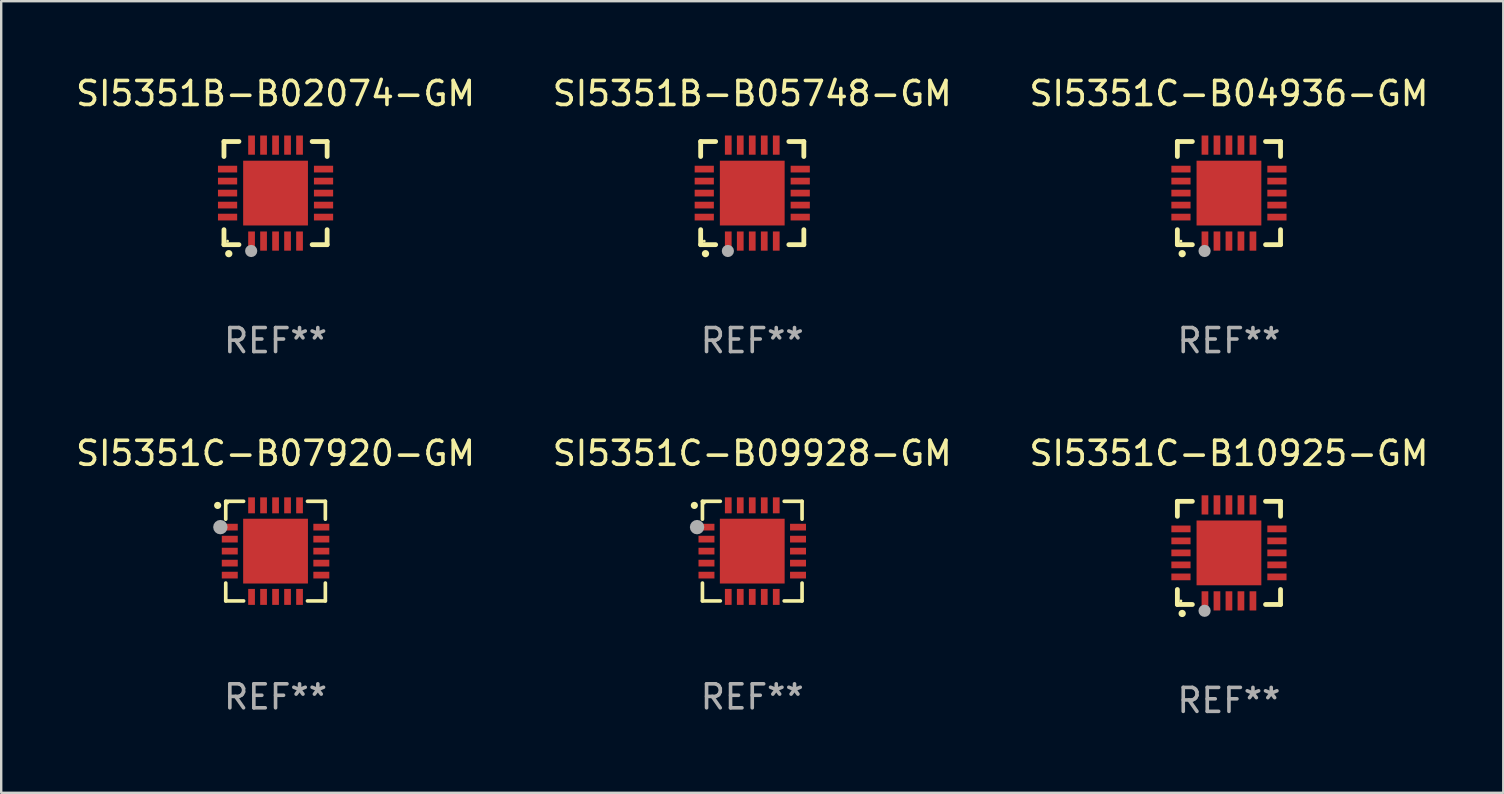
<source format=kicad_pcb>
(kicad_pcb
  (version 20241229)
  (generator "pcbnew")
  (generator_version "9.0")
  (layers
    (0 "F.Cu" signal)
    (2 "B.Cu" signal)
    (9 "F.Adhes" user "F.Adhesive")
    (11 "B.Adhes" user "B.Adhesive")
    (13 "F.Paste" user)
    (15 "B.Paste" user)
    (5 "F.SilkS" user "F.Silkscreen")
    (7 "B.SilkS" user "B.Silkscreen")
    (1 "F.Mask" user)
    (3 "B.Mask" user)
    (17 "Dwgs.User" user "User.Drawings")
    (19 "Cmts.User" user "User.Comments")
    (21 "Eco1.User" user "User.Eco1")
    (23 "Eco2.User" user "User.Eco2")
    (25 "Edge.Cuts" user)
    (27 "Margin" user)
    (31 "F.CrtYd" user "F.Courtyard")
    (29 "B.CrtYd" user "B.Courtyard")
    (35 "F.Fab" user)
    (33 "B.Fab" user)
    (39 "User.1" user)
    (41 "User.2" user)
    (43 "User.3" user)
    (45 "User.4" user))
  (footprint "SI5351C-B09928-GM"
    (layer "F.Cu")
    (at 28.304 19.921)
    (property "Reference" "SI5351C-B09928-GM" (at 0 -4.076 0) (layer "F.SilkS") (effects (font (size 1 1) (thickness 0.15))))
    (attr through_hole)
    (fp_line (start -2.076 -2.076) (end -2.076 -1.331) (stroke (width 0.152) (type solid)) (layer "F.SilkS"))
    (fp_line (start -2.076 2.076) (end -2.076 1.331) (stroke (width 0.152) (type solid)) (layer "F.SilkS"))
    (fp_line (start -1.331 -2.076) (end -2.076 -2.076) (stroke (width 0.152) (type solid)) (layer "F.SilkS"))
    (fp_line (start -1.331 2.076) (end -2.076 2.076) (stroke (width 0.152) (type solid)) (layer "F.SilkS"))
    (fp_line (start 1.331 -2.076) (end 2.076 -2.076) (stroke (width 0.152) (type solid)) (layer "F.SilkS"))
    (fp_line (start 1.331 2.076) (end 2.076 2.076) (stroke (width 0.152) (type solid)) (layer "F.SilkS"))
    (fp_line (start 2.076 -2.076) (end 2.076 -1.331) (stroke (width 0.152) (type solid)) (layer "F.SilkS"))
    (fp_line (start 2.076 2.076) (end 2.076 1.331) (stroke (width 0.152) (type solid)) (layer "F.SilkS"))
    (fp_circle (center -2.413 -1.905) (end -2.338 -1.905) (stroke (width 0.15) (type solid)) (fill no) (layer "F.SilkS"))
    (fp_circle (center -2 -2) (end -1.97 -2) (stroke (width 0.06) (type solid)) (fill no) (layer "F.SilkS"))
    (fp_circle (center -2.3 -1) (end -2.15 -1) (stroke (width 0.3) (type solid)) (fill no) (layer "F.Fab"))
    (fp_text user "REF**" (at 0 6.076 0) (layer "F.Fab") (effects (font (size 1 1) (thickness 0.15))))
    (pad "1" smd rect (at -1.908 -1) (size 0.665 0.28) (layers "F.Cu" "F.Mask" "F.Paste"))
    (pad "2" smd rect (at -1.908 -0.5) (size 0.665 0.28) (layers "F.Cu" "F.Mask" "F.Paste"))
    (pad "3" smd rect (at -1.908 0) (size 0.665 0.28) (layers "F.Cu" "F.Mask" "F.Paste"))
    (pad "4" smd rect (at -1.908 0.5) (size 0.665 0.28) (layers "F.Cu" "F.Mask" "F.Paste"))
    (pad "5" smd rect (at -1.908 1) (size 0.665 0.28) (layers "F.Cu" "F.Mask" "F.Paste"))
    (pad "6" smd rect (at -1 1.908) (size 0.28 0.665) (layers "F.Cu" "F.Mask" "F.Paste"))
    (pad "7" smd rect (at -0.5 1.908) (size 0.28 0.665) (layers "F.Cu" "F.Mask" "F.Paste"))
    (pad "8" smd rect (at 0 1.908) (size 0.28 0.665) (layers "F.Cu" "F.Mask" "F.Paste"))
    (pad "9" smd rect (at 0.5 1.908) (size 0.28 0.665) (layers "F.Cu" "F.Mask" "F.Paste"))
    (pad "10" smd rect (at 1 1.908) (size 0.28 0.665) (layers "F.Cu" "F.Mask" "F.Paste"))
    (pad "11" smd rect (at 1.908 1) (size 0.665 0.28) (layers "F.Cu" "F.Mask" "F.Paste"))
    (pad "12" smd rect (at 1.908 0.5) (size 0.665 0.28) (layers "F.Cu" "F.Mask" "F.Paste"))
    (pad "13" smd rect (at 1.908 0) (size 0.665 0.28) (layers "F.Cu" "F.Mask" "F.Paste"))
    (pad "14" smd rect (at 1.908 -0.5) (size 0.665 0.28) (layers "F.Cu" "F.Mask" "F.Paste"))
    (pad "15" smd rect (at 1.908 -1) (size 0.665 0.28) (layers "F.Cu" "F.Mask" "F.Paste"))
    (pad "16" smd rect (at 1 -1.908) (size 0.28 0.665) (layers "F.Cu" "F.Mask" "F.Paste"))
    (pad "17" smd rect (at 0.5 -1.908) (size 0.28 0.665) (layers "F.Cu" "F.Mask" "F.Paste"))
    (pad "18" smd rect (at 0 -1.908) (size 0.28 0.665) (layers "F.Cu" "F.Mask" "F.Paste"))
    (pad "19" smd rect (at -0.5 -1.908) (size 0.28 0.665) (layers "F.Cu" "F.Mask" "F.Paste"))
    (pad "20" smd rect (at -1 -1.908) (size 0.28 0.665) (layers "F.Cu" "F.Mask" "F.Paste"))
    (pad "21" smd rect (at 0 0) (size 2.7 2.7) (layers "F.Cu" "F.Mask" "F.Paste")))
  (footprint "SI5351C-B07920-GM"
    (layer "F.Cu")
    (at 8.435 19.921)
    (property "Reference" "SI5351C-B07920-GM" (at 0 -4.076 0) (layer "F.SilkS") (effects (font (size 1 1) (thickness 0.15))))
    (attr through_hole)
    (fp_line (start -2.076 -2.076) (end -2.076 -1.331) (stroke (width 0.152) (type solid)) (layer "F.SilkS"))
    (fp_line (start -2.076 2.076) (end -2.076 1.331) (stroke (width 0.152) (type solid)) (layer "F.SilkS"))
    (fp_line (start -1.331 -2.076) (end -2.076 -2.076) (stroke (width 0.152) (type solid)) (layer "F.SilkS"))
    (fp_line (start -1.331 2.076) (end -2.076 2.076) (stroke (width 0.152) (type solid)) (layer "F.SilkS"))
    (fp_line (start 1.331 -2.076) (end 2.076 -2.076) (stroke (width 0.152) (type solid)) (layer "F.SilkS"))
    (fp_line (start 1.331 2.076) (end 2.076 2.076) (stroke (width 0.152) (type solid)) (layer "F.SilkS"))
    (fp_line (start 2.076 -2.076) (end 2.076 -1.331) (stroke (width 0.152) (type solid)) (layer "F.SilkS"))
    (fp_line (start 2.076 2.076) (end 2.076 1.331) (stroke (width 0.152) (type solid)) (layer "F.SilkS"))
    (fp_circle (center -2.413 -1.905) (end -2.338 -1.905) (stroke (width 0.15) (type solid)) (fill no) (layer "F.SilkS"))
    (fp_circle (center -2 -2) (end -1.97 -2) (stroke (width 0.06) (type solid)) (fill no) (layer "F.SilkS"))
    (fp_circle (center -2.3 -1) (end -2.15 -1) (stroke (width 0.3) (type solid)) (fill no) (layer "F.Fab"))
    (fp_text user "REF**" (at 0 6.076 0) (layer "F.Fab") (effects (font (size 1 1) (thickness 0.15))))
    (pad "1" smd rect (at -1.908 -1) (size 0.665 0.28) (layers "F.Cu" "F.Mask" "F.Paste"))
    (pad "2" smd rect (at -1.908 -0.5) (size 0.665 0.28) (layers "F.Cu" "F.Mask" "F.Paste"))
    (pad "3" smd rect (at -1.908 0) (size 0.665 0.28) (layers "F.Cu" "F.Mask" "F.Paste"))
    (pad "4" smd rect (at -1.908 0.5) (size 0.665 0.28) (layers "F.Cu" "F.Mask" "F.Paste"))
    (pad "5" smd rect (at -1.908 1) (size 0.665 0.28) (layers "F.Cu" "F.Mask" "F.Paste"))
    (pad "6" smd rect (at -1 1.908) (size 0.28 0.665) (layers "F.Cu" "F.Mask" "F.Paste"))
    (pad "7" smd rect (at -0.5 1.908) (size 0.28 0.665) (layers "F.Cu" "F.Mask" "F.Paste"))
    (pad "8" smd rect (at 0 1.908) (size 0.28 0.665) (layers "F.Cu" "F.Mask" "F.Paste"))
    (pad "9" smd rect (at 0.5 1.908) (size 0.28 0.665) (layers "F.Cu" "F.Mask" "F.Paste"))
    (pad "10" smd rect (at 1 1.908) (size 0.28 0.665) (layers "F.Cu" "F.Mask" "F.Paste"))
    (pad "11" smd rect (at 1.908 1) (size 0.665 0.28) (layers "F.Cu" "F.Mask" "F.Paste"))
    (pad "12" smd rect (at 1.908 0.5) (size 0.665 0.28) (layers "F.Cu" "F.Mask" "F.Paste"))
    (pad "13" smd rect (at 1.908 0) (size 0.665 0.28) (layers "F.Cu" "F.Mask" "F.Paste"))
    (pad "14" smd rect (at 1.908 -0.5) (size 0.665 0.28) (layers "F.Cu" "F.Mask" "F.Paste"))
    (pad "15" smd rect (at 1.908 -1) (size 0.665 0.28) (layers "F.Cu" "F.Mask" "F.Paste"))
    (pad "16" smd rect (at 1 -1.908) (size 0.28 0.665) (layers "F.Cu" "F.Mask" "F.Paste"))
    (pad "17" smd rect (at 0.5 -1.908) (size 0.28 0.665) (layers "F.Cu" "F.Mask" "F.Paste"))
    (pad "18" smd rect (at 0 -1.908) (size 0.28 0.665) (layers "F.Cu" "F.Mask" "F.Paste"))
    (pad "19" smd rect (at -0.5 -1.908) (size 0.28 0.665) (layers "F.Cu" "F.Mask" "F.Paste"))
    (pad "20" smd rect (at -1 -1.908) (size 0.28 0.665) (layers "F.Cu" "F.Mask" "F.Paste"))
    (pad "21" smd rect (at 0 0) (size 2.7 2.7) (layers "F.Cu" "F.Mask" "F.Paste")))
  (footprint "SI5351C-B04936-GM"
    (layer "F.Cu")
    (at 48.173 4.998)
    (property "Reference" "SI5351C-B04936-GM" (at 0 -4.15 0) (layer "F.SilkS") (effects (font (size 1 1) (thickness 0.15))))
    (attr through_hole)
    (fp_line (start -2.15 -2.15) (end -2.15 -1.525) (stroke (width 0.2) (type solid)) (layer "F.SilkS"))
    (fp_line (start -2.15 2.15) (end -2.15 1.525) (stroke (width 0.2) (type solid)) (layer "F.SilkS"))
    (fp_line (start -1.525 -2.15) (end -2.15 -2.15) (stroke (width 0.2) (type solid)) (layer "F.SilkS"))
    (fp_line (start -1.525 2.15) (end -2.15 2.15) (stroke (width 0.2) (type solid)) (layer "F.SilkS"))
    (fp_line (start 1.525 2.15) (end 2.15 2.15) (stroke (width 0.2) (type solid)) (layer "F.SilkS"))
    (fp_line (start 2.15 -2.15) (end 1.525 -2.15) (stroke (width 0.2) (type solid)) (layer "F.SilkS"))
    (fp_line (start 2.15 -1.525) (end 2.15 -2.15) (stroke (width 0.2) (type solid)) (layer "F.SilkS"))
    (fp_line (start 2.15 2.15) (end 2.15 1.525) (stroke (width 0.2) (type solid)) (layer "F.SilkS"))
    (fp_arc (start -1.950724 2.524765) (mid -1.949454 2.52476) (end -1.948184 2.524765) (stroke (width 0.3) (type solid)) (layer "F.SilkS"))
    (fp_circle (center -2 2) (end -1.97 2) (stroke (width 0.06) (type solid)) (fill no) (layer "F.SilkS"))
    (fp_circle (center -1.016 2.413) (end -0.889 2.413) (stroke (width 0.254) (type solid)) (fill no) (layer "F.Fab"))
    (fp_text user "REF**" (at 0 6.15 0) (layer "F.Fab") (effects (font (size 1 1) (thickness 0.15))))
    (pad "1" smd rect (at -1 2) (size 0.28 0.8) (layers "F.Cu" "F.Mask" "F.Paste"))
    (pad "2" smd rect (at -0.5 2) (size 0.28 0.8) (layers "F.Cu" "F.Mask" "F.Paste"))
    (pad "3" smd rect (at 0 2) (size 0.28 0.8) (layers "F.Cu" "F.Mask" "F.Paste"))
    (pad "4" smd rect (at 0.5 2) (size 0.28 0.8) (layers "F.Cu" "F.Mask" "F.Paste"))
    (pad "5" smd rect (at 1 2) (size 0.28 0.8) (layers "F.Cu" "F.Mask" "F.Paste"))
    (pad "6" smd rect (at 2 1) (size 0.8 0.28) (layers "F.Cu" "F.Mask" "F.Paste"))
    (pad "7" smd rect (at 2 0.5) (size 0.8 0.28) (layers "F.Cu" "F.Mask" "F.Paste"))
    (pad "8" smd rect (at 2 0) (size 0.8 0.28) (layers "F.Cu" "F.Mask" "F.Paste"))
    (pad "9" smd rect (at 2 -0.5) (size 0.8 0.28) (layers "F.Cu" "F.Mask" "F.Paste"))
    (pad "10" smd rect (at 2 -1) (size 0.8 0.28) (layers "F.Cu" "F.Mask" "F.Paste"))
    (pad "11" smd rect (at 1 -2) (size 0.28 0.8) (layers "F.Cu" "F.Mask" "F.Paste"))
    (pad "12" smd rect (at 0.5 -2) (size 0.28 0.8) (layers "F.Cu" "F.Mask" "F.Paste"))
    (pad "13" smd rect (at 0 -2) (size 0.28 0.8) (layers "F.Cu" "F.Mask" "F.Paste"))
    (pad "14" smd rect (at -0.5 -2) (size 0.28 0.8) (layers "F.Cu" "F.Mask" "F.Paste"))
    (pad "15" smd rect (at -1 -2) (size 0.28 0.8) (layers "F.Cu" "F.Mask" "F.Paste"))
    (pad "16" smd rect (at -2 -1) (size 0.8 0.28) (layers "F.Cu" "F.Mask" "F.Paste"))
    (pad "17" smd rect (at -2 -0.5) (size 0.8 0.28) (layers "F.Cu" "F.Mask" "F.Paste"))
    (pad "18" smd rect (at -2 0) (size 0.8 0.28) (layers "F.Cu" "F.Mask" "F.Paste"))
    (pad "19" smd rect (at -2 0.5) (size 0.8 0.28) (layers "F.Cu" "F.Mask" "F.Paste"))
    (pad "20" smd rect (at -2 1) (size 0.8 0.28) (layers "F.Cu" "F.Mask" "F.Paste"))
    (pad "21" smd rect (at 0 0) (size 2.7 2.7) (layers "F.Cu" "F.Mask" "F.Paste")))
  (footprint "SI5351C-B10925-GM"
    (layer "F.Cu")
    (at 48.173 19.995)
    (property "Reference" "SI5351C-B10925-GM" (at 0 -4.15 0) (layer "F.SilkS") (effects (font (size 1 1) (thickness 0.15))))
    (attr through_hole)
    (fp_line (start -2.15 -2.15) (end -2.15 -1.525) (stroke (width 0.2) (type solid)) (layer "F.SilkS"))
    (fp_line (start -2.15 2.15) (end -2.15 1.525) (stroke (width 0.2) (type solid)) (layer "F.SilkS"))
    (fp_line (start -1.525 -2.15) (end -2.15 -2.15) (stroke (width 0.2) (type solid)) (layer "F.SilkS"))
    (fp_line (start -1.525 2.15) (end -2.15 2.15) (stroke (width 0.2) (type solid)) (layer "F.SilkS"))
    (fp_line (start 1.525 2.15) (end 2.15 2.15) (stroke (width 0.2) (type solid)) (layer "F.SilkS"))
    (fp_line (start 2.15 -2.15) (end 1.525 -2.15) (stroke (width 0.2) (type solid)) (layer "F.SilkS"))
    (fp_line (start 2.15 -1.525) (end 2.15 -2.15) (stroke (width 0.2) (type solid)) (layer "F.SilkS"))
    (fp_line (start 2.15 2.15) (end 2.15 1.525) (stroke (width 0.2) (type solid)) (layer "F.SilkS"))
    (fp_arc (start -1.950724 2.524765) (mid -1.949454 2.52476) (end -1.948184 2.524765) (stroke (width 0.3) (type solid)) (layer "F.SilkS"))
    (fp_circle (center -2 2) (end -1.97 2) (stroke (width 0.06) (type solid)) (fill no) (layer "F.SilkS"))
    (fp_circle (center -1.016 2.413) (end -0.889 2.413) (stroke (width 0.254) (type solid)) (fill no) (layer "F.Fab"))
    (fp_text user "REF**" (at 0 6.15 0) (layer "F.Fab") (effects (font (size 1 1) (thickness 0.15))))
    (pad "1" smd rect (at -1 2) (size 0.28 0.8) (layers "F.Cu" "F.Mask" "F.Paste"))
    (pad "2" smd rect (at -0.5 2) (size 0.28 0.8) (layers "F.Cu" "F.Mask" "F.Paste"))
    (pad "3" smd rect (at 0 2) (size 0.28 0.8) (layers "F.Cu" "F.Mask" "F.Paste"))
    (pad "4" smd rect (at 0.5 2) (size 0.28 0.8) (layers "F.Cu" "F.Mask" "F.Paste"))
    (pad "5" smd rect (at 1 2) (size 0.28 0.8) (layers "F.Cu" "F.Mask" "F.Paste"))
    (pad "6" smd rect (at 2 1) (size 0.8 0.28) (layers "F.Cu" "F.Mask" "F.Paste"))
    (pad "7" smd rect (at 2 0.5) (size 0.8 0.28) (layers "F.Cu" "F.Mask" "F.Paste"))
    (pad "8" smd rect (at 2 0) (size 0.8 0.28) (layers "F.Cu" "F.Mask" "F.Paste"))
    (pad "9" smd rect (at 2 -0.5) (size 0.8 0.28) (layers "F.Cu" "F.Mask" "F.Paste"))
    (pad "10" smd rect (at 2 -1) (size 0.8 0.28) (layers "F.Cu" "F.Mask" "F.Paste"))
    (pad "11" smd rect (at 1 -2) (size 0.28 0.8) (layers "F.Cu" "F.Mask" "F.Paste"))
    (pad "12" smd rect (at 0.5 -2) (size 0.28 0.8) (layers "F.Cu" "F.Mask" "F.Paste"))
    (pad "13" smd rect (at 0 -2) (size 0.28 0.8) (layers "F.Cu" "F.Mask" "F.Paste"))
    (pad "14" smd rect (at -0.5 -2) (size 0.28 0.8) (layers "F.Cu" "F.Mask" "F.Paste"))
    (pad "15" smd rect (at -1 -2) (size 0.28 0.8) (layers "F.Cu" "F.Mask" "F.Paste"))
    (pad "16" smd rect (at -2 -1) (size 0.8 0.28) (layers "F.Cu" "F.Mask" "F.Paste"))
    (pad "17" smd rect (at -2 -0.5) (size 0.8 0.28) (layers "F.Cu" "F.Mask" "F.Paste"))
    (pad "18" smd rect (at -2 0) (size 0.8 0.28) (layers "F.Cu" "F.Mask" "F.Paste"))
    (pad "19" smd rect (at -2 0.5) (size 0.8 0.28) (layers "F.Cu" "F.Mask" "F.Paste"))
    (pad "20" smd rect (at -2 1) (size 0.8 0.28) (layers "F.Cu" "F.Mask" "F.Paste"))
    (pad "21" smd rect (at 0 0) (size 2.7 2.7) (layers "F.Cu" "F.Mask" "F.Paste")))
  (footprint "SI5351B-B02074-GM"
    (layer "F.Cu")
    (at 8.435 4.998)
    (property "Reference" "SI5351B-B02074-GM" (at 0 -4.15 0) (layer "F.SilkS") (effects (font (size 1 1) (thickness 0.15))))
    (attr through_hole)
    (fp_line (start -2.15 -2.15) (end -2.15 -1.525) (stroke (width 0.2) (type solid)) (layer "F.SilkS"))
    (fp_line (start -2.15 2.15) (end -2.15 1.525) (stroke (width 0.2) (type solid)) (layer "F.SilkS"))
    (fp_line (start -1.525 -2.15) (end -2.15 -2.15) (stroke (width 0.2) (type solid)) (layer "F.SilkS"))
    (fp_line (start -1.525 2.15) (end -2.15 2.15) (stroke (width 0.2) (type solid)) (layer "F.SilkS"))
    (fp_line (start 1.525 2.15) (end 2.15 2.15) (stroke (width 0.2) (type solid)) (layer "F.SilkS"))
    (fp_line (start 2.15 -2.15) (end 1.525 -2.15) (stroke (width 0.2) (type solid)) (layer "F.SilkS"))
    (fp_line (start 2.15 -1.525) (end 2.15 -2.15) (stroke (width 0.2) (type solid)) (layer "F.SilkS"))
    (fp_line (start 2.15 2.15) (end 2.15 1.525) (stroke (width 0.2) (type solid)) (layer "F.SilkS"))
    (fp_arc (start -1.950724 2.524765) (mid -1.949454 2.52476) (end -1.948184 2.524765) (stroke (width 0.3) (type solid)) (layer "F.SilkS"))
    (fp_circle (center -2 2) (end -1.97 2) (stroke (width 0.06) (type solid)) (fill no) (layer "F.SilkS"))
    (fp_circle (center -1.016 2.413) (end -0.889 2.413) (stroke (width 0.254) (type solid)) (fill no) (layer "F.Fab"))
    (fp_text user "REF**" (at 0 6.15 0) (layer "F.Fab") (effects (font (size 1 1) (thickness 0.15))))
    (pad "1" smd rect (at -1 2) (size 0.28 0.8) (layers "F.Cu" "F.Mask" "F.Paste"))
    (pad "2" smd rect (at -0.5 2) (size 0.28 0.8) (layers "F.Cu" "F.Mask" "F.Paste"))
    (pad "3" smd rect (at 0 2) (size 0.28 0.8) (layers "F.Cu" "F.Mask" "F.Paste"))
    (pad "4" smd rect (at 0.5 2) (size 0.28 0.8) (layers "F.Cu" "F.Mask" "F.Paste"))
    (pad "5" smd rect (at 1 2) (size 0.28 0.8) (layers "F.Cu" "F.Mask" "F.Paste"))
    (pad "6" smd rect (at 2 1) (size 0.8 0.28) (layers "F.Cu" "F.Mask" "F.Paste"))
    (pad "7" smd rect (at 2 0.5) (size 0.8 0.28) (layers "F.Cu" "F.Mask" "F.Paste"))
    (pad "8" smd rect (at 2 0) (size 0.8 0.28) (layers "F.Cu" "F.Mask" "F.Paste"))
    (pad "9" smd rect (at 2 -0.5) (size 0.8 0.28) (layers "F.Cu" "F.Mask" "F.Paste"))
    (pad "10" smd rect (at 2 -1) (size 0.8 0.28) (layers "F.Cu" "F.Mask" "F.Paste"))
    (pad "11" smd rect (at 1 -2) (size 0.28 0.8) (layers "F.Cu" "F.Mask" "F.Paste"))
    (pad "12" smd rect (at 0.5 -2) (size 0.28 0.8) (layers "F.Cu" "F.Mask" "F.Paste"))
    (pad "13" smd rect (at 0 -2) (size 0.28 0.8) (layers "F.Cu" "F.Mask" "F.Paste"))
    (pad "14" smd rect (at -0.5 -2) (size 0.28 0.8) (layers "F.Cu" "F.Mask" "F.Paste"))
    (pad "15" smd rect (at -1 -2) (size 0.28 0.8) (layers "F.Cu" "F.Mask" "F.Paste"))
    (pad "16" smd rect (at -2 -1) (size 0.8 0.28) (layers "F.Cu" "F.Mask" "F.Paste"))
    (pad "17" smd rect (at -2 -0.5) (size 0.8 0.28) (layers "F.Cu" "F.Mask" "F.Paste"))
    (pad "18" smd rect (at -2 0) (size 0.8 0.28) (layers "F.Cu" "F.Mask" "F.Paste"))
    (pad "19" smd rect (at -2 0.5) (size 0.8 0.28) (layers "F.Cu" "F.Mask" "F.Paste"))
    (pad "20" smd rect (at -2 1) (size 0.8 0.28) (layers "F.Cu" "F.Mask" "F.Paste"))
    (pad "21" smd rect (at 0 0) (size 2.7 2.7) (layers "F.Cu" "F.Mask" "F.Paste")))
  (footprint "SI5351B-B05748-GM"
    (layer "F.Cu")
    (at 28.304 4.998)
    (property "Reference" "SI5351B-B05748-GM" (at 0 -4.15 0) (layer "F.SilkS") (effects (font (size 1 1) (thickness 0.15))))
    (attr through_hole)
    (fp_line (start -2.15 -2.15) (end -2.15 -1.525) (stroke (width 0.2) (type solid)) (layer "F.SilkS"))
    (fp_line (start -2.15 2.15) (end -2.15 1.525) (stroke (width 0.2) (type solid)) (layer "F.SilkS"))
    (fp_line (start -1.525 -2.15) (end -2.15 -2.15) (stroke (width 0.2) (type solid)) (layer "F.SilkS"))
    (fp_line (start -1.525 2.15) (end -2.15 2.15) (stroke (width 0.2) (type solid)) (layer "F.SilkS"))
    (fp_line (start 1.525 2.15) (end 2.15 2.15) (stroke (width 0.2) (type solid)) (layer "F.SilkS"))
    (fp_line (start 2.15 -2.15) (end 1.525 -2.15) (stroke (width 0.2) (type solid)) (layer "F.SilkS"))
    (fp_line (start 2.15 -1.525) (end 2.15 -2.15) (stroke (width 0.2) (type solid)) (layer "F.SilkS"))
    (fp_line (start 2.15 2.15) (end 2.15 1.525) (stroke (width 0.2) (type solid)) (layer "F.SilkS"))
    (fp_arc (start -1.950724 2.524765) (mid -1.949454 2.52476) (end -1.948184 2.524765) (stroke (width 0.3) (type solid)) (layer "F.SilkS"))
    (fp_circle (center -2 2) (end -1.97 2) (stroke (width 0.06) (type solid)) (fill no) (layer "F.SilkS"))
    (fp_circle (center -1.016 2.413) (end -0.889 2.413) (stroke (width 0.254) (type solid)) (fill no) (layer "F.Fab"))
    (fp_text user "REF**" (at 0 6.15 0) (layer "F.Fab") (effects (font (size 1 1) (thickness 0.15))))
    (pad "1" smd rect (at -1 2) (size 0.28 0.8) (layers "F.Cu" "F.Mask" "F.Paste"))
    (pad "2" smd rect (at -0.5 2) (size 0.28 0.8) (layers "F.Cu" "F.Mask" "F.Paste"))
    (pad "3" smd rect (at 0 2) (size 0.28 0.8) (layers "F.Cu" "F.Mask" "F.Paste"))
    (pad "4" smd rect (at 0.5 2) (size 0.28 0.8) (layers "F.Cu" "F.Mask" "F.Paste"))
    (pad "5" smd rect (at 1 2) (size 0.28 0.8) (layers "F.Cu" "F.Mask" "F.Paste"))
    (pad "6" smd rect (at 2 1) (size 0.8 0.28) (layers "F.Cu" "F.Mask" "F.Paste"))
    (pad "7" smd rect (at 2 0.5) (size 0.8 0.28) (layers "F.Cu" "F.Mask" "F.Paste"))
    (pad "8" smd rect (at 2 0) (size 0.8 0.28) (layers "F.Cu" "F.Mask" "F.Paste"))
    (pad "9" smd rect (at 2 -0.5) (size 0.8 0.28) (layers "F.Cu" "F.Mask" "F.Paste"))
    (pad "10" smd rect (at 2 -1) (size 0.8 0.28) (layers "F.Cu" "F.Mask" "F.Paste"))
    (pad "11" smd rect (at 1 -2) (size 0.28 0.8) (layers "F.Cu" "F.Mask" "F.Paste"))
    (pad "12" smd rect (at 0.5 -2) (size 0.28 0.8) (layers "F.Cu" "F.Mask" "F.Paste"))
    (pad "13" smd rect (at 0 -2) (size 0.28 0.8) (layers "F.Cu" "F.Mask" "F.Paste"))
    (pad "14" smd rect (at -0.5 -2) (size 0.28 0.8) (layers "F.Cu" "F.Mask" "F.Paste"))
    (pad "15" smd rect (at -1 -2) (size 0.28 0.8) (layers "F.Cu" "F.Mask" "F.Paste"))
    (pad "16" smd rect (at -2 -1) (size 0.8 0.28) (layers "F.Cu" "F.Mask" "F.Paste"))
    (pad "17" smd rect (at -2 -0.5) (size 0.8 0.28) (layers "F.Cu" "F.Mask" "F.Paste"))
    (pad "18" smd rect (at -2 0) (size 0.8 0.28) (layers "F.Cu" "F.Mask" "F.Paste"))
    (pad "19" smd rect (at -2 0.5) (size 0.8 0.28) (layers "F.Cu" "F.Mask" "F.Paste"))
    (pad "20" smd rect (at -2 1) (size 0.8 0.28) (layers "F.Cu" "F.Mask" "F.Paste"))
    (pad "21" smd rect (at 0 0) (size 2.7 2.7) (layers "F.Cu" "F.Mask" "F.Paste")))
  (gr_rect
    (start -3 -3)
    (end 59.607 29.993)
    (stroke (width 0.1) (type default))
    (fill no)
    (layer "Edge.Cuts")))
</source>
